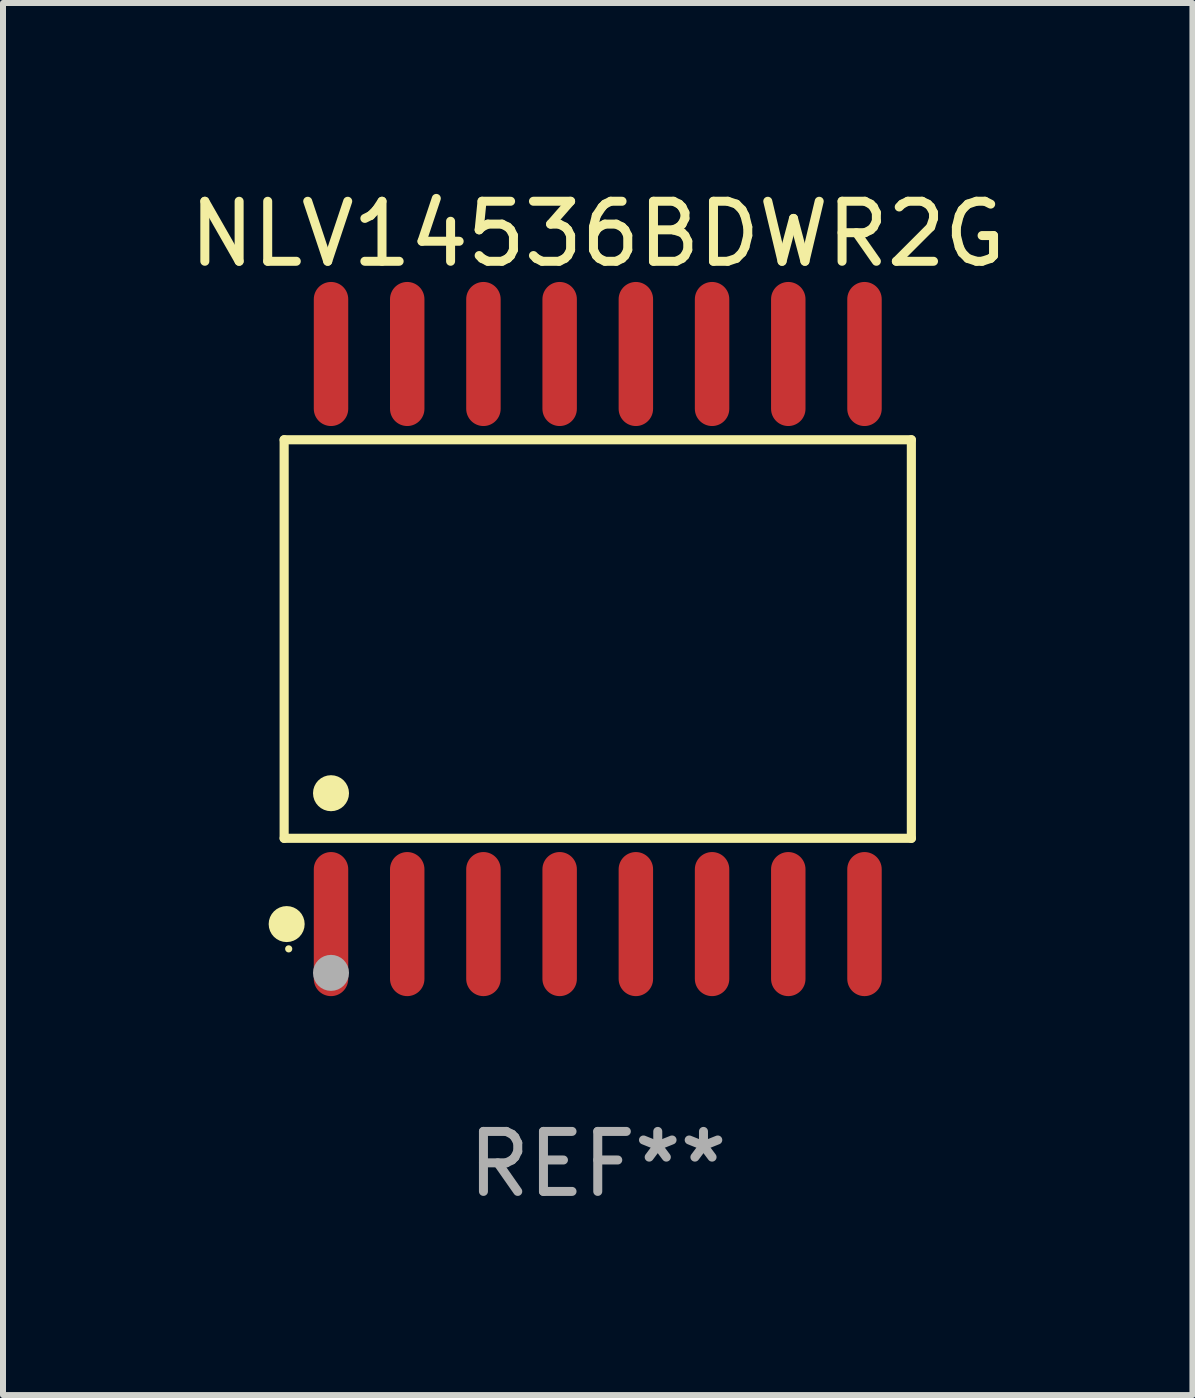
<source format=kicad_pcb>
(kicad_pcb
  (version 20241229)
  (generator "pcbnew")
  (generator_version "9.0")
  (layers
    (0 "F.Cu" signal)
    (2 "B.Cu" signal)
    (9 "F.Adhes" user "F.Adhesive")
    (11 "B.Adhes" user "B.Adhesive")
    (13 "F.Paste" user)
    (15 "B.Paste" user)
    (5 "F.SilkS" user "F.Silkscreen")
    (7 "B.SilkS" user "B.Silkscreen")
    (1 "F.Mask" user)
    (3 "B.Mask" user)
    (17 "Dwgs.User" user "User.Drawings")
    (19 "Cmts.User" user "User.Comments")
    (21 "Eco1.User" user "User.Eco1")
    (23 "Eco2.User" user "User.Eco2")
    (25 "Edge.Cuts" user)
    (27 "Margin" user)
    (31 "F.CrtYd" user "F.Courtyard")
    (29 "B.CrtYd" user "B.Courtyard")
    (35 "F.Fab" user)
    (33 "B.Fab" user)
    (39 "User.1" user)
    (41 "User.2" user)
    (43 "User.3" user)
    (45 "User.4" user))
  (footprint "NLV14536BDWR2G"
    (layer "F.Cu")
    (at 6.911 7.599)
    (property "Reference" "NLV14536BDWR2G" (at 0 -6.75 0) (layer "F.SilkS") (effects (font (size 1 1) (thickness 0.15))))
    (attr through_hole)
    (fp_line (start -5.226 -3.321) (end 5.226 -3.321) (stroke (width 0.152) (type solid)) (layer "F.SilkS"))
    (fp_line (start -5.226 3.321) (end -5.226 -3.321) (stroke (width 0.152) (type solid)) (layer "F.SilkS"))
    (fp_line (start 5.226 -3.321) (end 5.226 3.321) (stroke (width 0.152) (type solid)) (layer "F.SilkS"))
    (fp_line (start 5.226 3.321) (end -5.226 3.321) (stroke (width 0.152) (type solid)) (layer "F.SilkS"))
    (fp_circle (center -5.184 4.75) (end -5.034 4.75) (stroke (width 0.3) (type solid)) (fill no) (layer "F.SilkS"))
    (fp_circle (center -5.15 5.163) (end -5.12 5.163) (stroke (width 0.06) (type solid)) (fill no) (layer "F.SilkS"))
    (fp_circle (center -4.445 2.569) (end -4.295 2.569) (stroke (width 0.3) (type solid)) (fill no) (layer "F.SilkS"))
    (fp_circle (center -4.445 5.563) (end -4.295 5.563) (stroke (width 0.3) (type solid)) (fill no) (layer "F.Fab"))
    (fp_text user "REF**" (at 0 8.75 0) (layer "F.Fab") (effects (font (size 1 1) (thickness 0.15))))
    (pad "1" smd oval (at -4.445 4.75) (size 0.574 2.401) (layers "F.Cu" "F.Mask" "F.Paste"))
    (pad "2" smd oval (at -3.175 4.75) (size 0.574 2.401) (layers "F.Cu" "F.Mask" "F.Paste"))
    (pad "3" smd oval (at -1.905 4.75) (size 0.574 2.401) (layers "F.Cu" "F.Mask" "F.Paste"))
    (pad "4" smd oval (at -0.635 4.75) (size 0.574 2.401) (layers "F.Cu" "F.Mask" "F.Paste"))
    (pad "5" smd oval (at 0.635 4.75) (size 0.574 2.401) (layers "F.Cu" "F.Mask" "F.Paste"))
    (pad "6" smd oval (at 1.905 4.75) (size 0.574 2.401) (layers "F.Cu" "F.Mask" "F.Paste"))
    (pad "7" smd oval (at 3.175 4.75) (size 0.574 2.401) (layers "F.Cu" "F.Mask" "F.Paste"))
    (pad "8" smd oval (at 4.445 4.75) (size 0.574 2.401) (layers "F.Cu" "F.Mask" "F.Paste"))
    (pad "9" smd oval (at 4.445 -4.75) (size 0.574 2.401) (layers "F.Cu" "F.Mask" "F.Paste"))
    (pad "10" smd oval (at 3.175 -4.75) (size 0.574 2.401) (layers "F.Cu" "F.Mask" "F.Paste"))
    (pad "11" smd oval (at 1.905 -4.75) (size 0.574 2.401) (layers "F.Cu" "F.Mask" "F.Paste"))
    (pad "12" smd oval (at 0.635 -4.75) (size 0.574 2.401) (layers "F.Cu" "F.Mask" "F.Paste"))
    (pad "13" smd oval (at -0.635 -4.75) (size 0.574 2.401) (layers "F.Cu" "F.Mask" "F.Paste"))
    (pad "14" smd oval (at -1.905 -4.75) (size 0.574 2.401) (layers "F.Cu" "F.Mask" "F.Paste"))
    (pad "15" smd oval (at -3.175 -4.75) (size 0.574 2.401) (layers "F.Cu" "F.Mask" "F.Paste"))
    (pad "16" smd oval (at -4.445 -4.75) (size 0.574 2.401) (layers "F.Cu" "F.Mask" "F.Paste")))
  (gr_rect
    (start -3 -3)
    (end 16.821 20.197)
    (stroke (width 0.1) (type default))
    (fill no)
    (layer "Edge.Cuts")))
</source>
